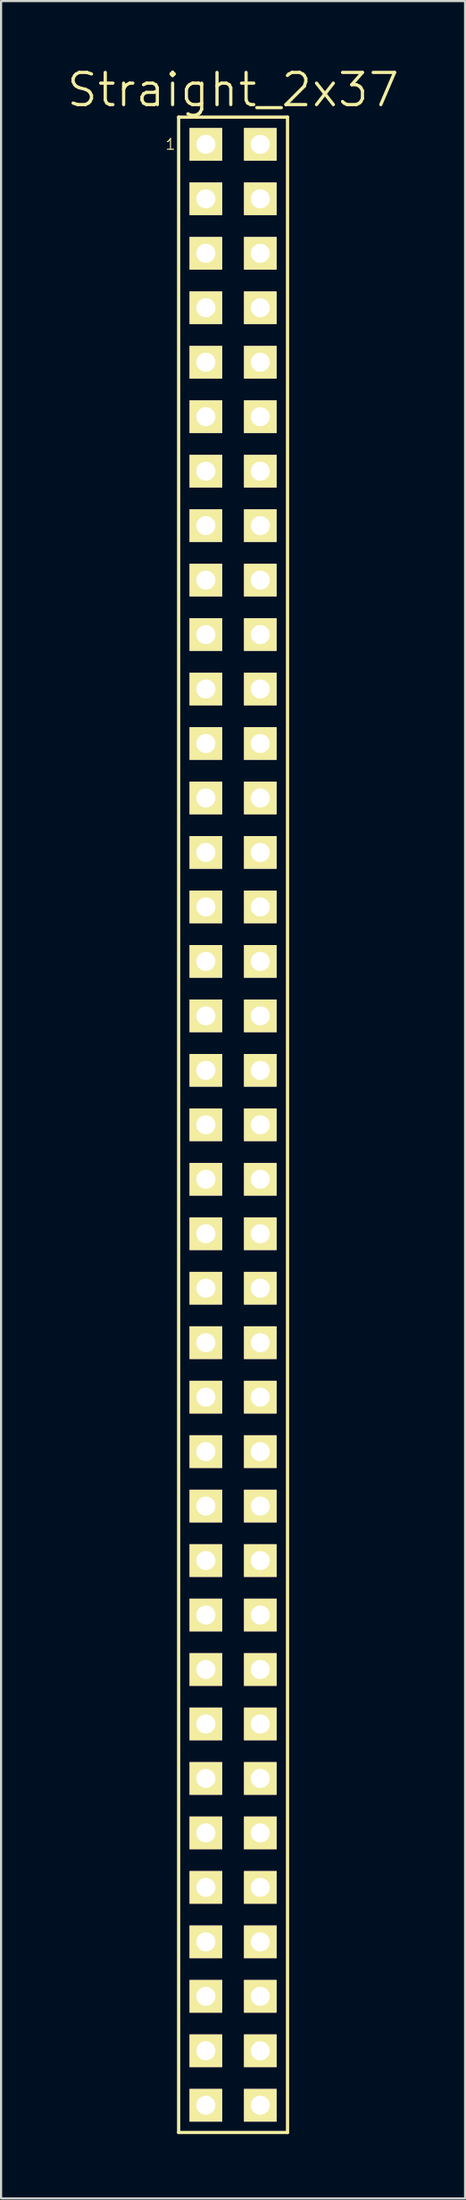
<source format=kicad_pcb>
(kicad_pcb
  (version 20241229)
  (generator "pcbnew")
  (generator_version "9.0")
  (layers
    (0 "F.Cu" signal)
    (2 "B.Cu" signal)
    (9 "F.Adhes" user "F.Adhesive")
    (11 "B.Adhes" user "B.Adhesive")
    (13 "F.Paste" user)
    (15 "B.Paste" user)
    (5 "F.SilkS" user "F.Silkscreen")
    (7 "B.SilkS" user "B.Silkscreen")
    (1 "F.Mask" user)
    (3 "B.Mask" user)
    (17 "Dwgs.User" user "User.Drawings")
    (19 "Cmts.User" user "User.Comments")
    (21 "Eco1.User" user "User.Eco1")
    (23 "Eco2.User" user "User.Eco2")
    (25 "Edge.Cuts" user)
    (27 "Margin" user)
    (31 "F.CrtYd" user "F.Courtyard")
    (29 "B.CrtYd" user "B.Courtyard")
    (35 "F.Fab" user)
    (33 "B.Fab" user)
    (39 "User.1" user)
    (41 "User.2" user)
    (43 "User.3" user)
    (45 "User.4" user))
  (footprint "Straight_2x37"
    (layer "F.Cu")
    (at 7.825 49.401)
    (property "Reference" "Straight_2x37" (at 0 -48.26 0) (layer "F.SilkS") (effects (font (size 1.5 1.5) (thickness 0.15))))
    (attr through_hole)
    (fp_line (start -2.54 -46.99) (end 2.54 -46.99) (stroke (width 0.15) (type solid)) (layer "F.SilkS"))
    (fp_line (start -2.54 46.99) (end -2.54 -46.99) (stroke (width 0.15) (type solid)) (layer "F.SilkS"))
    (fp_line (start 2.54 -46.99) (end 2.54 46.99) (stroke (width 0.15) (type solid)) (layer "F.SilkS"))
    (fp_line (start 2.54 46.99) (end -2.54 46.99) (stroke (width 0.15) (type solid)) (layer "F.SilkS"))
    (fp_text user "1" (at -2.921 -45.72 0) (layer "F.SilkS") (effects (font (size 0.5 0.5) (thickness 0.05))))
    (pad "1" thru_hole rect (at -1.27 -45.72) (size 1.524 1.524) (drill 0.889) (layers "*.Cu" "*.Mask" "F.SilkS"))
    (pad "2" thru_hole rect (at 1.27 -45.72) (size 1.524 1.524) (drill 0.889) (layers "*.Cu" "*.Mask" "F.SilkS"))
    (pad "3" thru_hole rect (at -1.27 -43.18) (size 1.524 1.524) (drill 0.889) (layers "*.Cu" "*.Mask" "F.SilkS"))
    (pad "4" thru_hole rect (at 1.27 -43.18) (size 1.524 1.524) (drill 0.889) (layers "*.Cu" "*.Mask" "F.SilkS"))
    (pad "5" thru_hole rect (at -1.27 -40.64) (size 1.524 1.524) (drill 0.889) (layers "*.Cu" "*.Mask" "F.SilkS"))
    (pad "6" thru_hole rect (at 1.27 -40.64) (size 1.524 1.524) (drill 0.889) (layers "*.Cu" "*.Mask" "F.SilkS"))
    (pad "7" thru_hole rect (at -1.27 -38.1) (size 1.524 1.524) (drill 0.889) (layers "*.Cu" "*.Mask" "F.SilkS"))
    (pad "8" thru_hole rect (at 1.27 -38.1) (size 1.524 1.524) (drill 0.889) (layers "*.Cu" "*.Mask" "F.SilkS"))
    (pad "9" thru_hole rect (at -1.27 -35.56) (size 1.524 1.524) (drill 0.889) (layers "*.Cu" "*.Mask" "F.SilkS"))
    (pad "10" thru_hole rect (at 1.27 -35.56) (size 1.524 1.524) (drill 0.889) (layers "*.Cu" "*.Mask" "F.SilkS"))
    (pad "11" thru_hole rect (at -1.27 -33.02) (size 1.524 1.524) (drill 0.889) (layers "*.Cu" "*.Mask" "F.SilkS"))
    (pad "12" thru_hole rect (at 1.27 -33.02) (size 1.524 1.524) (drill 0.889) (layers "*.Cu" "*.Mask" "F.SilkS"))
    (pad "13" thru_hole rect (at -1.27 -30.48) (size 1.524 1.524) (drill 0.889) (layers "*.Cu" "*.Mask" "F.SilkS"))
    (pad "14" thru_hole rect (at 1.27 -30.48) (size 1.524 1.524) (drill 0.889) (layers "*.Cu" "*.Mask" "F.SilkS"))
    (pad "15" thru_hole rect (at -1.27 -27.94) (size 1.524 1.524) (drill 0.889) (layers "*.Cu" "*.Mask" "F.SilkS"))
    (pad "16" thru_hole rect (at 1.27 -27.94) (size 1.524 1.524) (drill 0.889) (layers "*.Cu" "*.Mask" "F.SilkS"))
    (pad "17" thru_hole rect (at -1.27 -25.4) (size 1.524 1.524) (drill 0.889) (layers "*.Cu" "*.Mask" "F.SilkS"))
    (pad "18" thru_hole rect (at 1.27 -25.4) (size 1.524 1.524) (drill 0.889) (layers "*.Cu" "*.Mask" "F.SilkS"))
    (pad "19" thru_hole rect (at -1.27 -22.86) (size 1.524 1.524) (drill 0.889) (layers "*.Cu" "*.Mask" "F.SilkS"))
    (pad "20" thru_hole rect (at 1.27 -22.86) (size 1.524 1.524) (drill 0.889) (layers "*.Cu" "*.Mask" "F.SilkS"))
    (pad "21" thru_hole rect (at -1.27 -20.32) (size 1.524 1.524) (drill 0.889) (layers "*.Cu" "*.Mask" "F.SilkS"))
    (pad "22" thru_hole rect (at 1.27 -20.32) (size 1.524 1.524) (drill 0.889) (layers "*.Cu" "*.Mask" "F.SilkS"))
    (pad "23" thru_hole rect (at -1.27 -17.78) (size 1.524 1.524) (drill 0.889) (layers "*.Cu" "*.Mask" "F.SilkS"))
    (pad "24" thru_hole rect (at 1.27 -17.78) (size 1.524 1.524) (drill 0.889) (layers "*.Cu" "*.Mask" "F.SilkS"))
    (pad "25" thru_hole rect (at -1.27 -15.24) (size 1.524 1.524) (drill 0.889) (layers "*.Cu" "*.Mask" "F.SilkS"))
    (pad "26" thru_hole rect (at 1.27 -15.24) (size 1.524 1.524) (drill 0.889) (layers "*.Cu" "*.Mask" "F.SilkS"))
    (pad "27" thru_hole rect (at -1.27 -12.7) (size 1.524 1.524) (drill 0.889) (layers "*.Cu" "*.Mask" "F.SilkS"))
    (pad "28" thru_hole rect (at 1.27 -12.7) (size 1.524 1.524) (drill 0.889) (layers "*.Cu" "*.Mask" "F.SilkS"))
    (pad "29" thru_hole rect (at -1.27 -10.16) (size 1.524 1.524) (drill 0.889) (layers "*.Cu" "*.Mask" "F.SilkS"))
    (pad "30" thru_hole rect (at 1.27 -10.16) (size 1.524 1.524) (drill 0.889) (layers "*.Cu" "*.Mask" "F.SilkS"))
    (pad "31" thru_hole rect (at -1.27 -7.62) (size 1.524 1.524) (drill 0.889) (layers "*.Cu" "*.Mask" "F.SilkS"))
    (pad "32" thru_hole rect (at 1.27 -7.62) (size 1.524 1.524) (drill 0.889) (layers "*.Cu" "*.Mask" "F.SilkS"))
    (pad "33" thru_hole rect (at -1.27 -5.08) (size 1.524 1.524) (drill 0.889) (layers "*.Cu" "*.Mask" "F.SilkS"))
    (pad "34" thru_hole rect (at 1.27 -5.08) (size 1.524 1.524) (drill 0.889) (layers "*.Cu" "*.Mask" "F.SilkS"))
    (pad "35" thru_hole rect (at -1.27 -2.54) (size 1.524 1.524) (drill 0.889) (layers "*.Cu" "*.Mask" "F.SilkS"))
    (pad "36" thru_hole rect (at 1.27 -2.54) (size 1.524 1.524) (drill 0.889) (layers "*.Cu" "*.Mask" "F.SilkS"))
    (pad "37" thru_hole rect (at -1.27 0) (size 1.524 1.524) (drill 0.889) (layers "*.Cu" "*.Mask" "F.SilkS"))
    (pad "38" thru_hole rect (at 1.27 0) (size 1.524 1.524) (drill 0.889) (layers "*.Cu" "*.Mask" "F.SilkS"))
    (pad "39" thru_hole rect (at -1.27 2.54) (size 1.524 1.524) (drill 0.889) (layers "*.Cu" "*.Mask" "F.SilkS"))
    (pad "40" thru_hole rect (at 1.27 2.54) (size 1.524 1.524) (drill 0.889) (layers "*.Cu" "*.Mask" "F.SilkS"))
    (pad "41" thru_hole rect (at -1.27 5.08) (size 1.524 1.524) (drill 0.889) (layers "*.Cu" "*.Mask" "F.SilkS"))
    (pad "42" thru_hole rect (at 1.27 5.08) (size 1.524 1.524) (drill 0.889) (layers "*.Cu" "*.Mask" "F.SilkS"))
    (pad "43" thru_hole rect (at -1.27 7.62) (size 1.524 1.524) (drill 0.889) (layers "*.Cu" "*.Mask" "F.SilkS"))
    (pad "44" thru_hole rect (at 1.27 7.62) (size 1.524 1.524) (drill 0.889) (layers "*.Cu" "*.Mask" "F.SilkS"))
    (pad "45" thru_hole rect (at -1.27 10.16) (size 1.524 1.524) (drill 0.889) (layers "*.Cu" "*.Mask" "F.SilkS"))
    (pad "46" thru_hole rect (at 1.27 10.16) (size 1.524 1.524) (drill 0.889) (layers "*.Cu" "*.Mask" "F.SilkS"))
    (pad "47" thru_hole rect (at -1.27 12.7) (size 1.524 1.524) (drill 0.889) (layers "*.Cu" "*.Mask" "F.SilkS"))
    (pad "48" thru_hole rect (at 1.27 12.7) (size 1.524 1.524) (drill 0.889) (layers "*.Cu" "*.Mask" "F.SilkS"))
    (pad "49" thru_hole rect (at -1.27 15.24) (size 1.524 1.524) (drill 0.889) (layers "*.Cu" "*.Mask" "F.SilkS"))
    (pad "50" thru_hole rect (at 1.27 15.24) (size 1.524 1.524) (drill 0.889) (layers "*.Cu" "*.Mask" "F.SilkS"))
    (pad "51" thru_hole rect (at -1.27 17.78) (size 1.524 1.524) (drill 0.889) (layers "*.Cu" "*.Mask" "F.SilkS"))
    (pad "52" thru_hole rect (at 1.27 17.78) (size 1.524 1.524) (drill 0.889) (layers "*.Cu" "*.Mask" "F.SilkS"))
    (pad "53" thru_hole rect (at -1.27 20.32) (size 1.524 1.524) (drill 0.889) (layers "*.Cu" "*.Mask" "F.SilkS"))
    (pad "54" thru_hole rect (at 1.27 20.32) (size 1.524 1.524) (drill 0.889) (layers "*.Cu" "*.Mask" "F.SilkS"))
    (pad "55" thru_hole rect (at -1.27 22.86) (size 1.524 1.524) (drill 0.889) (layers "*.Cu" "*.Mask" "F.SilkS"))
    (pad "56" thru_hole rect (at 1.27 22.86) (size 1.524 1.524) (drill 0.889) (layers "*.Cu" "*.Mask" "F.SilkS"))
    (pad "57" thru_hole rect (at -1.27 25.4) (size 1.524 1.524) (drill 0.889) (layers "*.Cu" "*.Mask" "F.SilkS"))
    (pad "58" thru_hole rect (at 1.27 25.4) (size 1.524 1.524) (drill 0.889) (layers "*.Cu" "*.Mask" "F.SilkS"))
    (pad "59" thru_hole rect (at -1.27 27.94) (size 1.524 1.524) (drill 0.889) (layers "*.Cu" "*.Mask" "F.SilkS"))
    (pad "60" thru_hole rect (at 1.27 27.94) (size 1.524 1.524) (drill 0.889) (layers "*.Cu" "*.Mask" "F.SilkS"))
    (pad "61" thru_hole rect (at -1.27 30.48) (size 1.524 1.524) (drill 0.889) (layers "*.Cu" "*.Mask" "F.SilkS"))
    (pad "62" thru_hole rect (at 1.27 30.48) (size 1.524 1.524) (drill 0.889) (layers "*.Cu" "*.Mask" "F.SilkS"))
    (pad "63" thru_hole rect (at -1.27 33.02) (size 1.524 1.524) (drill 0.889) (layers "*.Cu" "*.Mask" "F.SilkS"))
    (pad "64" thru_hole rect (at 1.27 33.02) (size 1.524 1.524) (drill 0.889) (layers "*.Cu" "*.Mask" "F.SilkS"))
    (pad "65" thru_hole rect (at -1.27 35.56) (size 1.524 1.524) (drill 0.889) (layers "*.Cu" "*.Mask" "F.SilkS"))
    (pad "66" thru_hole rect (at 1.27 35.56) (size 1.524 1.524) (drill 0.889) (layers "*.Cu" "*.Mask" "F.SilkS"))
    (pad "67" thru_hole rect (at -1.27 38.1) (size 1.524 1.524) (drill 0.889) (layers "*.Cu" "*.Mask" "F.SilkS"))
    (pad "68" thru_hole rect (at 1.27 38.1) (size 1.524 1.524) (drill 0.889) (layers "*.Cu" "*.Mask" "F.SilkS"))
    (pad "69" thru_hole rect (at -1.27 40.64) (size 1.524 1.524) (drill 0.889) (layers "*.Cu" "*.Mask" "F.SilkS"))
    (pad "70" thru_hole rect (at 1.27 40.64) (size 1.524 1.524) (drill 0.889) (layers "*.Cu" "*.Mask" "F.SilkS"))
    (pad "71" thru_hole rect (at -1.27 43.18) (size 1.524 1.524) (drill 0.889) (layers "*.Cu" "*.Mask" "F.SilkS"))
    (pad "72" thru_hole rect (at 1.27 43.18) (size 1.524 1.524) (drill 0.889) (layers "*.Cu" "*.Mask" "F.SilkS"))
    (pad "73" thru_hole rect (at -1.27 45.72) (size 1.524 1.524) (drill 0.889) (layers "*.Cu" "*.Mask" "F.SilkS"))
    (pad "74" thru_hole rect (at 1.27 45.72) (size 1.524 1.524) (drill 0.889) (layers "*.Cu" "*.Mask" "F.SilkS")))
  (gr_rect
    (start -3 -3)
    (end 18.65 99.466)
    (stroke (width 0.1) (type default))
    (fill no)
    (layer "Edge.Cuts")))
</source>
